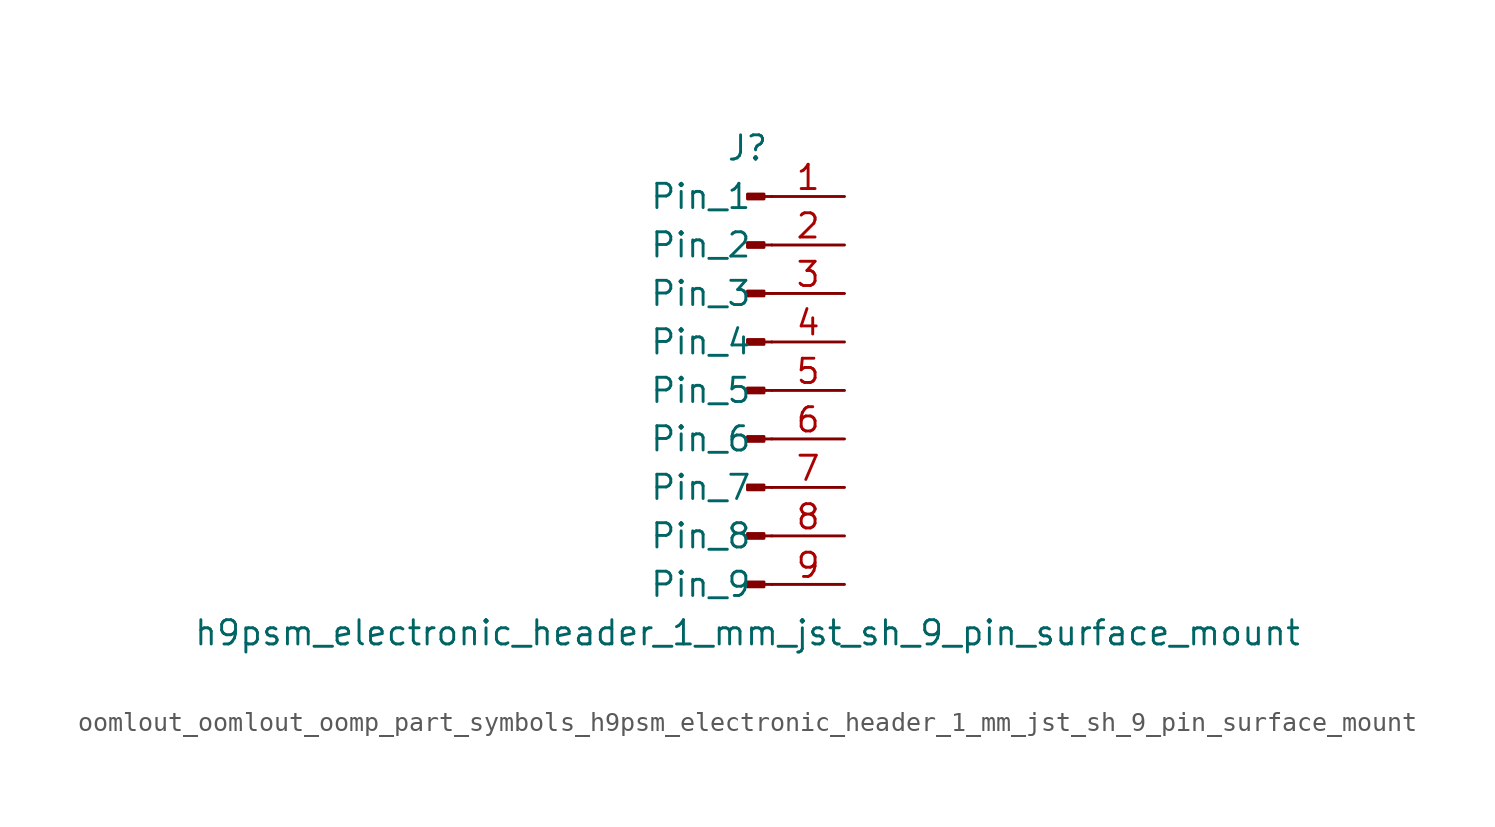
<source format=kicad_sym>
(kicad_symbol_lib
  (version 20220914)
  (generator kicad_symbol_editor)
  (symbol "oomlout_oomlout_oomp_part_symbols_h9psm_electronic_header_1_mm_jst_sh_9_pin_surface_mount"
    (pin_names
      (offset 1.016))
    (property "Reference" "J"
      (at 0 12.7 0)
      (effects (font (size 1.27 1.27))))
    (property "Value" "h9psm_electronic_header_1_mm_jst_sh_9_pin_surface_mount"
      (at 0 -12.7 0)
      (effects (font (size 1.27 1.27))))
    (property "ki_locked" ""
      (at 0 0 0)
      (effects (font (size 1.27 1.27))))
    (symbol "oomlout_oomlout_oomp_part_symbols_h9psm_electronic_header_1_mm_jst_sh_9_pin_surface_mount_1_1"
      (polyline (pts (xy 1.27 -10.16) (xy 0.864 -10.16)) (stroke (width 0.152) (type default)) (fill (type none)))
      (polyline (pts (xy 1.27 -7.62) (xy 0.864 -7.62)) (stroke (width 0.152) (type default)) (fill (type none)))
      (polyline (pts (xy 1.27 -5.08) (xy 0.864 -5.08)) (stroke (width 0.152) (type default)) (fill (type none)))
      (polyline (pts (xy 1.27 -2.54) (xy 0.864 -2.54)) (stroke (width 0.152) (type default)) (fill (type none)))
      (polyline (pts (xy 1.27 0) (xy 0.864 0)) (stroke (width 0.152) (type default)) (fill (type none)))
      (polyline (pts (xy 1.27 2.54) (xy 0.864 2.54)) (stroke (width 0.152) (type default)) (fill (type none)))
      (polyline (pts (xy 1.27 5.08) (xy 0.864 5.08)) (stroke (width 0.152) (type default)) (fill (type none)))
      (polyline (pts (xy 1.27 7.62) (xy 0.864 7.62)) (stroke (width 0.152) (type default)) (fill (type none)))
      (polyline (pts (xy 1.27 10.16) (xy 0.864 10.16)) (stroke (width 0.152) (type default)) (fill (type none)))
      (rectangle (start 0.864 -10.033) (end 0 -10.287) (stroke (width 0.152) (type default)) (fill (type outline)))
      (rectangle (start 0.864 -7.493) (end 0 -7.747) (stroke (width 0.152) (type default)) (fill (type outline)))
      (rectangle (start 0.864 -4.953) (end 0 -5.207) (stroke (width 0.152) (type default)) (fill (type outline)))
      (rectangle (start 0.864 -2.413) (end 0 -2.667) (stroke (width 0.152) (type default)) (fill (type outline)))
      (rectangle (start 0.864 0.127) (end 0 -0.127) (stroke (width 0.152) (type default)) (fill (type outline)))
      (rectangle (start 0.864 2.667) (end 0 2.413) (stroke (width 0.152) (type default)) (fill (type outline)))
      (rectangle (start 0.864 5.207) (end 0 4.953) (stroke (width 0.152) (type default)) (fill (type outline)))
      (rectangle (start 0.864 7.747) (end 0 7.493) (stroke (width 0.152) (type default)) (fill (type outline)))
      (rectangle (start 0.864 10.287) (end 0 10.033) (stroke (width 0.152) (type default)) (fill (type outline)))
      (pin passive line (at 5.08 10.16 180) (length 3.81) (name "Pin_1" (effects (font (size 1.27 1.27)))) (number "1" (effects (font (size 1.27 1.27)))))
      (pin passive line (at 5.08 7.62 180) (length 3.81) (name "Pin_2" (effects (font (size 1.27 1.27)))) (number "2" (effects (font (size 1.27 1.27)))))
      (pin passive line (at 5.08 5.08 180) (length 3.81) (name "Pin_3" (effects (font (size 1.27 1.27)))) (number "3" (effects (font (size 1.27 1.27)))))
      (pin passive line (at 5.08 2.54 180) (length 3.81) (name "Pin_4" (effects (font (size 1.27 1.27)))) (number "4" (effects (font (size 1.27 1.27)))))
      (pin passive line (at 5.08 0 180) (length 3.81) (name "Pin_5" (effects (font (size 1.27 1.27)))) (number "5" (effects (font (size 1.27 1.27)))))
      (pin passive line (at 5.08 -2.54 180) (length 3.81) (name "Pin_6" (effects (font (size 1.27 1.27)))) (number "6" (effects (font (size 1.27 1.27)))))
      (pin passive line (at 5.08 -5.08 180) (length 3.81) (name "Pin_7" (effects (font (size 1.27 1.27)))) (number "7" (effects (font (size 1.27 1.27)))))
      (pin passive line (at 5.08 -7.62 180) (length 3.81) (name "Pin_8" (effects (font (size 1.27 1.27)))) (number "8" (effects (font (size 1.27 1.27)))))
      (pin passive line (at 5.08 -10.16 180) (length 3.81) (name "Pin_9" (effects (font (size 1.27 1.27)))) (number "9" (effects (font (size 1.27 1.27))))))))
</source>
